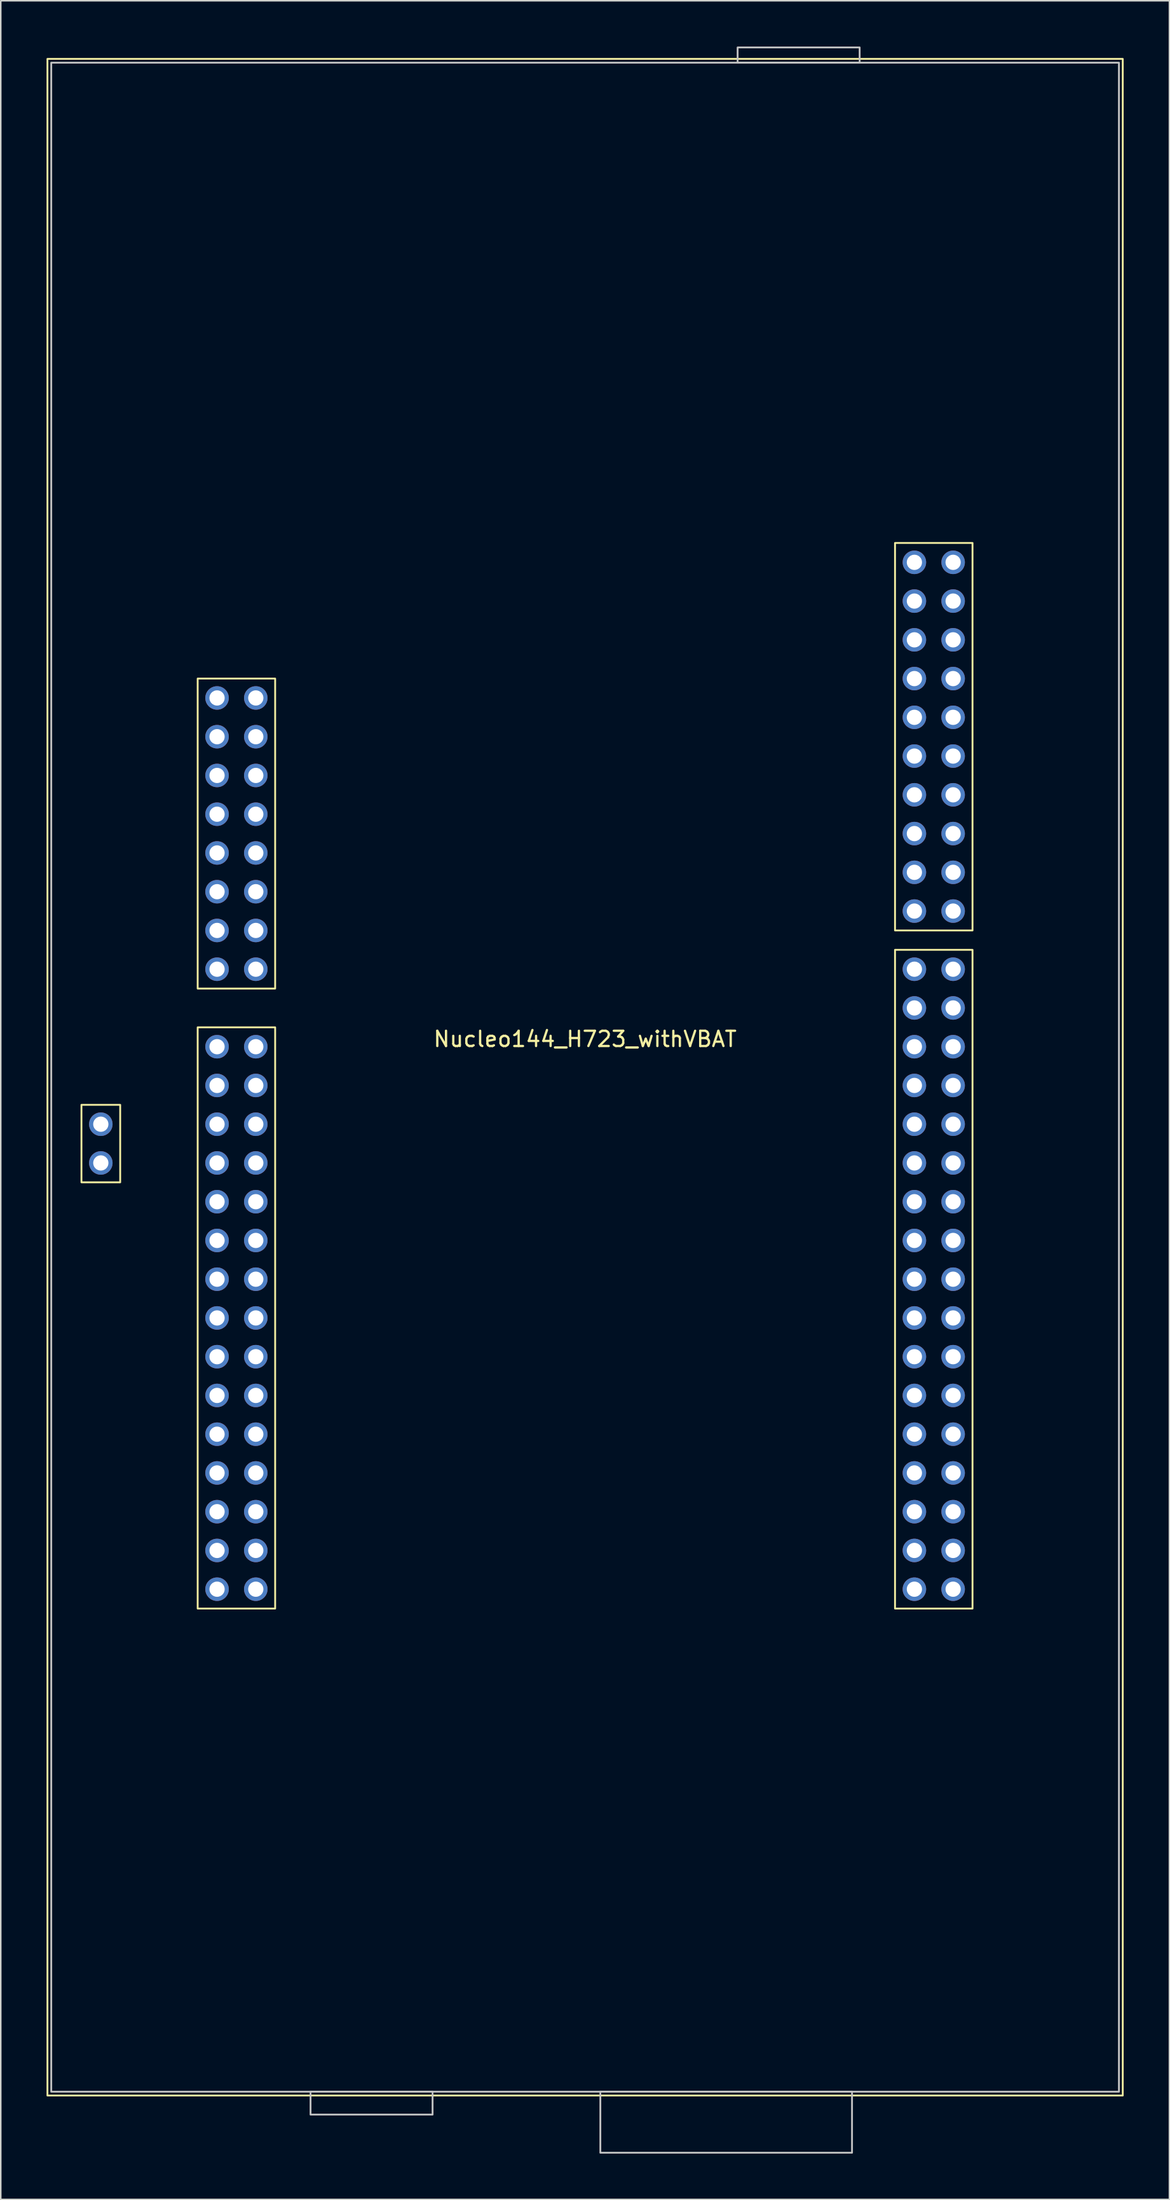
<source format=kicad_pcb>
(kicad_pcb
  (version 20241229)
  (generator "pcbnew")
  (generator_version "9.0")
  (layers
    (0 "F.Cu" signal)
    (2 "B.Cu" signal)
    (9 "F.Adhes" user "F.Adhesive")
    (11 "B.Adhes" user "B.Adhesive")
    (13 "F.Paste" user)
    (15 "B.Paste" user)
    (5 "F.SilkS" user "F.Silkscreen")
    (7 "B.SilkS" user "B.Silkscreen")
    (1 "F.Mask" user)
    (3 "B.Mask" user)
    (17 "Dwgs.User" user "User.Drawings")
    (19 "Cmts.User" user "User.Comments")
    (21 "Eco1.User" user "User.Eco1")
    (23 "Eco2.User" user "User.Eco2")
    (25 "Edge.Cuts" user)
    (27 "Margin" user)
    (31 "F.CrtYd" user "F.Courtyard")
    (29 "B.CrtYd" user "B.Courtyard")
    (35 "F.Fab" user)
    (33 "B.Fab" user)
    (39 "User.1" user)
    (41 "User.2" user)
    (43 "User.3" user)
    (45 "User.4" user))
  (footprint "Nucleo144_H723_withVBAT"
    (layer "F.Cu")
    (at 35.31 65.56)
    (property "Reference" "Nucleo144_H723_withVBAT" (at 0 -0.5 0) (unlocked yes) (layer "F.SilkS") (effects (font (size 1 1) (thickness 0.15))))
    (attr through_hole)
    (fp_rect (start -35.25 -64.75) (end 35.25 68.75) (stroke (width 0.12) (type default)) (fill no) (layer "F.SilkS"))
    (fp_rect (start -33.02 3.81) (end -30.48 8.89) (stroke (width 0.12) (type default)) (fill no) (layer "F.SilkS"))
    (fp_rect (start -25.4 -24.13) (end -20.32 -3.81) (stroke (width 0.12) (type default)) (fill no) (layer "F.SilkS"))
    (fp_rect (start -25.4 -1.27) (end -20.32 36.83) (stroke (width 0.12) (type default)) (fill no) (layer "F.SilkS"))
    (fp_rect (start 20.32 -33.02) (end 25.4 -7.62) (stroke (width 0.12) (type default)) (fill no) (layer "F.SilkS"))
    (fp_rect (start 20.32 -6.35) (end 25.4 36.83) (stroke (width 0.12) (type default)) (fill no) (layer "F.SilkS"))
    (fp_rect (start -35 -64.5) (end 35 68.5) (stroke (width 0.12) (type default)) (fill no) (layer "Dwgs.User"))
    (fp_rect (start -18 68.5) (end -10 70) (stroke (width 0.12) (type default)) (fill no) (layer "Dwgs.User"))
    (fp_rect (start 10 -65.5) (end 18 -64.5) (stroke (width 0.12) (type default)) (fill no) (layer "Dwgs.User"))
    (fp_rect (start 17.5 68.5) (end 1 72.5) (stroke (width 0.12) (type default)) (fill no) (layer "Dwgs.User"))
    (pad "A1" thru_hole circle (at -24.13 -22.86) (size 1.54 1.54) (drill 1) (layers "*.Cu" "*.Mask"))
    (pad "A2" thru_hole circle (at -21.59 -22.86) (size 1.54 1.54) (drill 1) (layers "*.Cu" "*.Mask"))
    (pad "A3" thru_hole circle (at -24.13 -20.32) (size 1.54 1.54) (drill 1) (layers "*.Cu" "*.Mask"))
    (pad "A4" thru_hole circle (at -21.59 -20.32) (size 1.54 1.54) (drill 1) (layers "*.Cu" "*.Mask"))
    (pad "A5" thru_hole circle (at -24.13 -17.78) (size 1.54 1.54) (drill 1) (layers "*.Cu" "*.Mask"))
    (pad "A6" thru_hole circle (at -21.59 -17.78) (size 1.54 1.54) (drill 1) (layers "*.Cu" "*.Mask"))
    (pad "A7" thru_hole circle (at -24.13 -15.24) (size 1.54 1.54) (drill 1) (layers "*.Cu" "*.Mask"))
    (pad "A8" thru_hole circle (at -21.59 -15.24) (size 1.54 1.54) (drill 1) (layers "*.Cu" "*.Mask"))
    (pad "A9" thru_hole circle (at -24.13 -12.7) (size 1.54 1.54) (drill 1) (layers "*.Cu" "*.Mask"))
    (pad "A10" thru_hole circle (at -21.59 -12.7) (size 1.54 1.54) (drill 1) (layers "*.Cu" "*.Mask"))
    (pad "A11" thru_hole circle (at -24.13 -10.16) (size 1.54 1.54) (drill 1) (layers "*.Cu" "*.Mask"))
    (pad "A12" thru_hole circle (at -21.59 -10.16) (size 1.54 1.54) (drill 1) (layers "*.Cu" "*.Mask"))
    (pad "A13" thru_hole circle (at -24.13 -7.62) (size 1.54 1.54) (drill 1) (layers "*.Cu" "*.Mask"))
    (pad "A14" thru_hole circle (at -21.59 -7.62) (size 1.54 1.54) (drill 1) (layers "*.Cu" "*.Mask"))
    (pad "A15" thru_hole circle (at -24.13 -5.08) (size 1.54 1.54) (drill 1) (layers "*.Cu" "*.Mask"))
    (pad "A16" thru_hole circle (at -21.59 -5.08) (size 1.54 1.54) (drill 1) (layers "*.Cu" "*.Mask"))
    (pad "A17" thru_hole circle (at -24.13 0) (size 1.54 1.54) (drill 1) (layers "*.Cu" "*.Mask"))
    (pad "A18" thru_hole circle (at -21.59 0) (size 1.54 1.54) (drill 1) (layers "*.Cu" "*.Mask"))
    (pad "A19" thru_hole circle (at -24.13 2.54) (size 1.54 1.54) (drill 1) (layers "*.Cu" "*.Mask"))
    (pad "A20" thru_hole circle (at -21.59 2.54) (size 1.54 1.54) (drill 1) (layers "*.Cu" "*.Mask"))
    (pad "A21" thru_hole circle (at -24.13 5.08) (size 1.54 1.54) (drill 1) (layers "*.Cu" "*.Mask"))
    (pad "A22" thru_hole circle (at -21.59 5.08) (size 1.54 1.54) (drill 1) (layers "*.Cu" "*.Mask"))
    (pad "A23" thru_hole circle (at -24.13 7.62) (size 1.54 1.54) (drill 1) (layers "*.Cu" "*.Mask"))
    (pad "A24" thru_hole circle (at -21.59 7.62) (size 1.54 1.54) (drill 1) (layers "*.Cu" "*.Mask"))
    (pad "A25" thru_hole circle (at -24.13 10.16) (size 1.54 1.54) (drill 1) (layers "*.Cu" "*.Mask"))
    (pad "A26" thru_hole circle (at -21.59 10.16) (size 1.54 1.54) (drill 1) (layers "*.Cu" "*.Mask"))
    (pad "A27" thru_hole circle (at -24.13 12.7) (size 1.54 1.54) (drill 1) (layers "*.Cu" "*.Mask"))
    (pad "A28" thru_hole circle (at -21.59 12.7) (size 1.54 1.54) (drill 1) (layers "*.Cu" "*.Mask"))
    (pad "A29" thru_hole circle (at -24.13 15.24) (size 1.54 1.54) (drill 1) (layers "*.Cu" "*.Mask"))
    (pad "A30" thru_hole circle (at -21.59 15.24) (size 1.54 1.54) (drill 1) (layers "*.Cu" "*.Mask"))
    (pad "A31" thru_hole circle (at -24.13 17.78) (size 1.54 1.54) (drill 1) (layers "*.Cu" "*.Mask"))
    (pad "A32" thru_hole circle (at -21.59 17.78) (size 1.54 1.54) (drill 1) (layers "*.Cu" "*.Mask"))
    (pad "A33" thru_hole circle (at -24.13 20.32) (size 1.54 1.54) (drill 1) (layers "*.Cu" "*.Mask"))
    (pad "A34" thru_hole circle (at -21.59 20.32) (size 1.54 1.54) (drill 1) (layers "*.Cu" "*.Mask"))
    (pad "A35" thru_hole circle (at -24.13 22.86) (size 1.54 1.54) (drill 1) (layers "*.Cu" "*.Mask"))
    (pad "A36" thru_hole circle (at -21.59 22.86) (size 1.54 1.54) (drill 1) (layers "*.Cu" "*.Mask"))
    (pad "A37" thru_hole circle (at -24.13 25.4) (size 1.54 1.54) (drill 1) (layers "*.Cu" "*.Mask"))
    (pad "A38" thru_hole circle (at -21.59 25.4) (size 1.54 1.54) (drill 1) (layers "*.Cu" "*.Mask"))
    (pad "A39" thru_hole circle (at -24.13 27.94) (size 1.54 1.54) (drill 1) (layers "*.Cu" "*.Mask"))
    (pad "A40" thru_hole circle (at -21.59 27.94) (size 1.54 1.54) (drill 1) (layers "*.Cu" "*.Mask"))
    (pad "A41" thru_hole circle (at -24.13 30.48) (size 1.54 1.54) (drill 1) (layers "*.Cu" "*.Mask"))
    (pad "A42" thru_hole circle (at -21.59 30.48) (size 1.54 1.54) (drill 1) (layers "*.Cu" "*.Mask"))
    (pad "A43" thru_hole circle (at -24.13 33.02) (size 1.54 1.54) (drill 1) (layers "*.Cu" "*.Mask"))
    (pad "A44" thru_hole circle (at -21.59 33.02) (size 1.54 1.54) (drill 1) (layers "*.Cu" "*.Mask"))
    (pad "A45" thru_hole circle (at -24.13 35.56) (size 1.54 1.54) (drill 1) (layers "*.Cu" "*.Mask"))
    (pad "A46" thru_hole circle (at -21.59 35.56) (size 1.54 1.54) (drill 1) (layers "*.Cu" "*.Mask"))
    (pad "B1" thru_hole circle (at 21.59 -31.75) (size 1.54 1.54) (drill 1) (layers "*.Cu" "*.Mask"))
    (pad "B2" thru_hole circle (at 24.13 -31.75) (size 1.54 1.54) (drill 1) (layers "*.Cu" "*.Mask"))
    (pad "B3" thru_hole circle (at 21.59 -29.21) (size 1.54 1.54) (drill 1) (layers "*.Cu" "*.Mask"))
    (pad "B4" thru_hole circle (at 24.13 -29.21) (size 1.54 1.54) (drill 1) (layers "*.Cu" "*.Mask"))
    (pad "B5" thru_hole circle (at 21.59 -26.67) (size 1.54 1.54) (drill 1) (layers "*.Cu" "*.Mask"))
    (pad "B6" thru_hole circle (at 24.13 -26.67) (size 1.54 1.54) (drill 1) (layers "*.Cu" "*.Mask"))
    (pad "B7" thru_hole circle (at 21.59 -24.13) (size 1.54 1.54) (drill 1) (layers "*.Cu" "*.Mask"))
    (pad "B8" thru_hole circle (at 24.13 -24.13) (size 1.54 1.54) (drill 1) (layers "*.Cu" "*.Mask"))
    (pad "B9" thru_hole circle (at 21.59 -21.59) (size 1.54 1.54) (drill 1) (layers "*.Cu" "*.Mask"))
    (pad "B10" thru_hole circle (at 24.13 -21.59) (size 1.54 1.54) (drill 1) (layers "*.Cu" "*.Mask"))
    (pad "B11" thru_hole circle (at 21.59 -19.05) (size 1.54 1.54) (drill 1) (layers "*.Cu" "*.Mask"))
    (pad "B12" thru_hole circle (at 24.13 -19.05) (size 1.54 1.54) (drill 1) (layers "*.Cu" "*.Mask"))
    (pad "B13" thru_hole circle (at 21.59 -16.51) (size 1.54 1.54) (drill 1) (layers "*.Cu" "*.Mask"))
    (pad "B14" thru_hole circle (at 24.13 -16.51) (size 1.54 1.54) (drill 1) (layers "*.Cu" "*.Mask"))
    (pad "B15" thru_hole circle (at 21.59 -13.97) (size 1.54 1.54) (drill 1) (layers "*.Cu" "*.Mask"))
    (pad "B16" thru_hole circle (at 24.13 -13.97) (size 1.54 1.54) (drill 1) (layers "*.Cu" "*.Mask"))
    (pad "B17" thru_hole circle (at 21.59 -11.43) (size 1.54 1.54) (drill 1) (layers "*.Cu" "*.Mask"))
    (pad "B18" thru_hole circle (at 24.13 -11.43) (size 1.54 1.54) (drill 1) (layers "*.Cu" "*.Mask"))
    (pad "B19" thru_hole circle (at 21.59 -8.89) (size 1.54 1.54) (drill 1) (layers "*.Cu" "*.Mask"))
    (pad "B20" thru_hole circle (at 24.13 -8.89) (size 1.54 1.54) (drill 1) (layers "*.Cu" "*.Mask"))
    (pad "B21" thru_hole circle (at 21.59 -5.08) (size 1.54 1.54) (drill 1) (layers "*.Cu" "*.Mask"))
    (pad "B22" thru_hole circle (at 24.13 -5.08) (size 1.54 1.54) (drill 1) (layers "*.Cu" "*.Mask"))
    (pad "B23" thru_hole circle (at 21.59 -2.54) (size 1.54 1.54) (drill 1) (layers "*.Cu" "*.Mask"))
    (pad "B24" thru_hole circle (at 24.13 -2.54) (size 1.54 1.54) (drill 1) (layers "*.Cu" "*.Mask"))
    (pad "B25" thru_hole circle (at 21.59 0) (size 1.54 1.54) (drill 1) (layers "*.Cu" "*.Mask"))
    (pad "B26" thru_hole circle (at 24.13 0) (size 1.54 1.54) (drill 1) (layers "*.Cu" "*.Mask"))
    (pad "B27" thru_hole circle (at 21.59 2.54) (size 1.54 1.54) (drill 1) (layers "*.Cu" "*.Mask"))
    (pad "B28" thru_hole circle (at 24.13 2.54) (size 1.54 1.54) (drill 1) (layers "*.Cu" "*.Mask"))
    (pad "B29" thru_hole circle (at 21.59 5.08) (size 1.54 1.54) (drill 1) (layers "*.Cu" "*.Mask"))
    (pad "B30" thru_hole circle (at 24.13 5.08) (size 1.54 1.54) (drill 1) (layers "*.Cu" "*.Mask"))
    (pad "B31" thru_hole circle (at 21.59 7.62) (size 1.54 1.54) (drill 1) (layers "*.Cu" "*.Mask"))
    (pad "B32" thru_hole circle (at 24.13 7.62) (size 1.54 1.54) (drill 1) (layers "*.Cu" "*.Mask"))
    (pad "B33" thru_hole circle (at 21.59 10.16) (size 1.54 1.54) (drill 1) (layers "*.Cu" "*.Mask"))
    (pad "B34" thru_hole circle (at 24.13 10.16) (size 1.54 1.54) (drill 1) (layers "*.Cu" "*.Mask"))
    (pad "B35" thru_hole circle (at 21.59 12.7) (size 1.54 1.54) (drill 1) (layers "*.Cu" "*.Mask"))
    (pad "B36" thru_hole circle (at 24.13 12.7) (size 1.54 1.54) (drill 1) (layers "*.Cu" "*.Mask"))
    (pad "B37" thru_hole circle (at 21.59 15.24) (size 1.54 1.54) (drill 1) (layers "*.Cu" "*.Mask"))
    (pad "B38" thru_hole circle (at 24.13 15.24) (size 1.54 1.54) (drill 1) (layers "*.Cu" "*.Mask"))
    (pad "B39" thru_hole circle (at 21.59 17.78) (size 1.54 1.54) (drill 1) (layers "*.Cu" "*.Mask"))
    (pad "B40" thru_hole circle (at 24.13 17.78) (size 1.54 1.54) (drill 1) (layers "*.Cu" "*.Mask"))
    (pad "B41" thru_hole circle (at 21.59 20.32) (size 1.54 1.54) (drill 1) (layers "*.Cu" "*.Mask"))
    (pad "B42" thru_hole circle (at 24.13 20.32) (size 1.54 1.54) (drill 1) (layers "*.Cu" "*.Mask"))
    (pad "B43" thru_hole circle (at 21.59 22.86) (size 1.54 1.54) (drill 1) (layers "*.Cu" "*.Mask"))
    (pad "B44" thru_hole circle (at 24.13 22.86) (size 1.54 1.54) (drill 1) (layers "*.Cu" "*.Mask"))
    (pad "B45" thru_hole circle (at 21.59 25.4) (size 1.54 1.54) (drill 1) (layers "*.Cu" "*.Mask"))
    (pad "B46" thru_hole circle (at 24.13 25.4) (size 1.54 1.54) (drill 1) (layers "*.Cu" "*.Mask"))
    (pad "B47" thru_hole circle (at 21.59 27.94) (size 1.54 1.54) (drill 1) (layers "*.Cu" "*.Mask"))
    (pad "B48" thru_hole circle (at 24.13 27.94) (size 1.54 1.54) (drill 1) (layers "*.Cu" "*.Mask"))
    (pad "B49" thru_hole circle (at 21.59 30.48) (size 1.54 1.54) (drill 1) (layers "*.Cu" "*.Mask"))
    (pad "B50" thru_hole circle (at 24.13 30.48) (size 1.54 1.54) (drill 1) (layers "*.Cu" "*.Mask"))
    (pad "B51" thru_hole circle (at 21.59 33.02) (size 1.54 1.54) (drill 1) (layers "*.Cu" "*.Mask"))
    (pad "B52" thru_hole circle (at 24.13 33.02) (size 1.54 1.54) (drill 1) (layers "*.Cu" "*.Mask"))
    (pad "B53" thru_hole circle (at 21.59 35.56) (size 1.54 1.54) (drill 1) (layers "*.Cu" "*.Mask"))
    (pad "B54" thru_hole circle (at 24.13 35.56) (size 1.54 1.54) (drill 1) (layers "*.Cu" "*.Mask"))
    (pad "C1" thru_hole circle (at -31.75 5.08) (size 1.54 1.54) (drill 1) (layers "*.Cu" "*.Mask"))
    (pad "C2" thru_hole circle (at -31.75 7.62) (size 1.54 1.54) (drill 1) (layers "*.Cu" "*.Mask")))
  (gr_rect
    (start -3 -3)
    (end 73.62 141.12)
    (stroke (width 0.1) (type default))
    (fill no)
    (layer "Edge.Cuts")))
</source>
